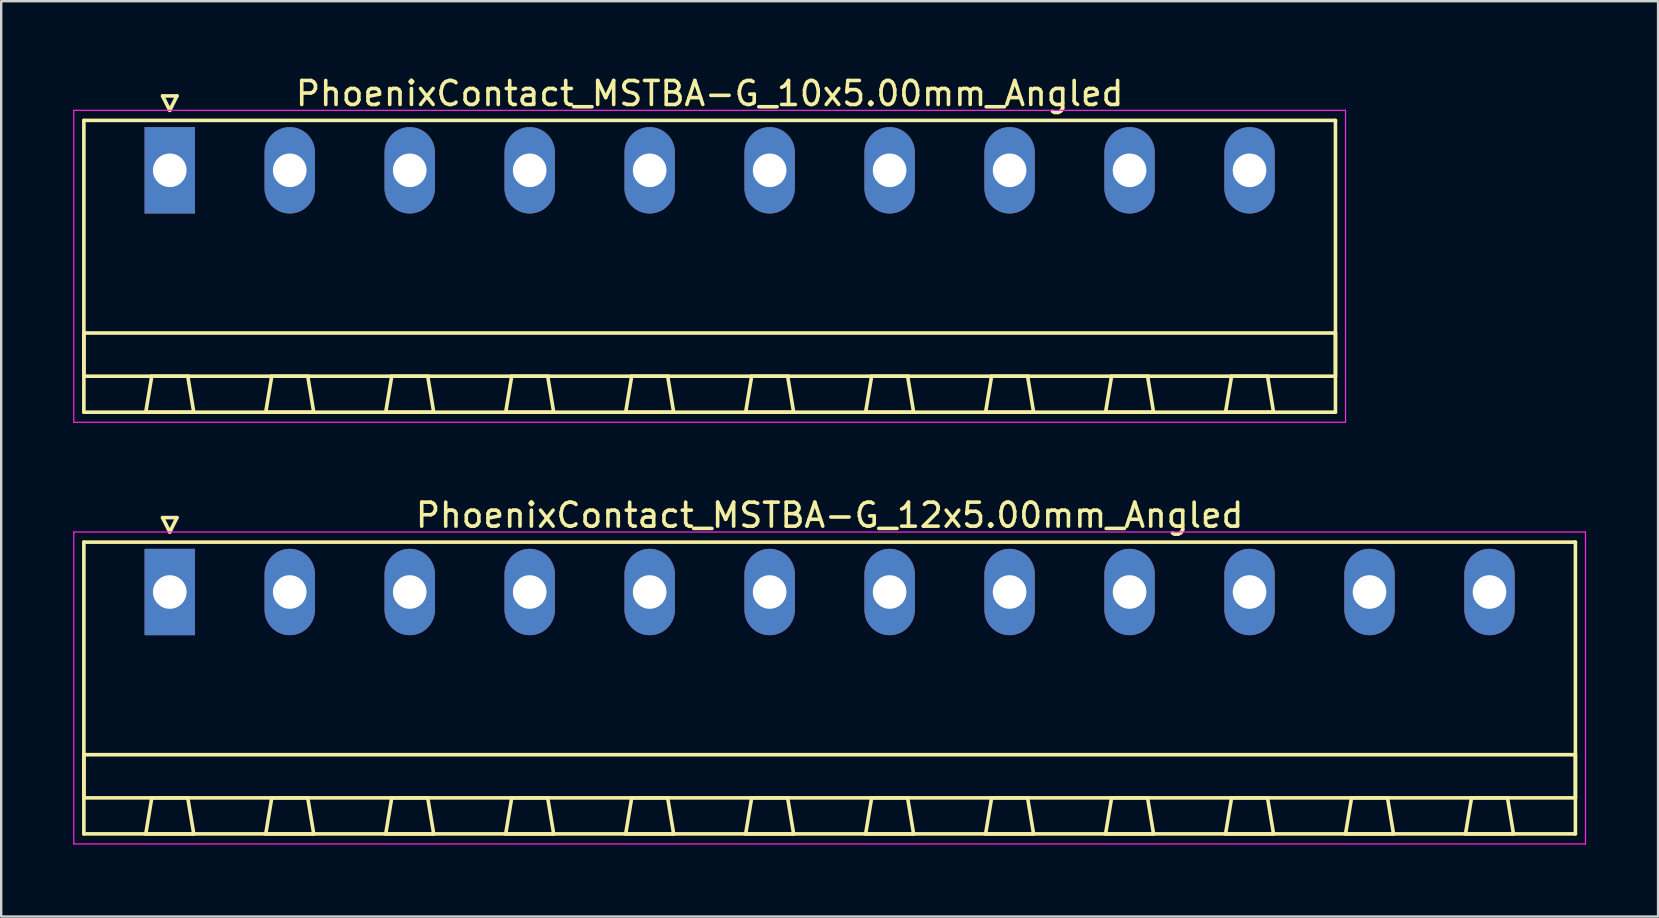
<source format=kicad_pcb>
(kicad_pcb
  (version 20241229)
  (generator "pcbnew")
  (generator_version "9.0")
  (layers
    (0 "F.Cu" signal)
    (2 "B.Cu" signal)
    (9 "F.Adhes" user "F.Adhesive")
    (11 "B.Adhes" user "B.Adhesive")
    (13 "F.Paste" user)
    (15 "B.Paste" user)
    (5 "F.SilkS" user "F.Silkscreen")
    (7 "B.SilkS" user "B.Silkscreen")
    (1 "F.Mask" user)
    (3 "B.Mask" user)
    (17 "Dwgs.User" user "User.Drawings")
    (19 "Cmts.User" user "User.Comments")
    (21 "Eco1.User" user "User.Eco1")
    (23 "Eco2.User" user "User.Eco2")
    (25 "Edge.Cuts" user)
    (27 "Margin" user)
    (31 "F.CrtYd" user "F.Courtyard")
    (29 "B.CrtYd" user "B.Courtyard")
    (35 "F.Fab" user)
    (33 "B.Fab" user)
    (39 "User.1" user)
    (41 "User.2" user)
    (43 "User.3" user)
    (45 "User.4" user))
  (footprint "PhoenixContact_MSTBA-G_10x5.00mm_Angled"
    (layer "F.Cu")
    (at 4.025 4.048)
    (property "Reference" "PhoenixContact_MSTBA-G_10x5.00mm_Angled" (at 22.5 -3.2 0) (layer "F.SilkS") (effects (font (size 1 1) (thickness 0.15))))
    (attr through_hole)
    (fp_line (start -3.58 -2.08) (end -3.58 10.08) (stroke (width 0.15) (type solid)) (layer "F.SilkS"))
    (fp_line (start -3.58 6.78) (end 48.58 6.78) (stroke (width 0.15) (type solid)) (layer "F.SilkS"))
    (fp_line (start -3.58 8.58) (end -3.58 6.78) (stroke (width 0.15) (type solid)) (layer "F.SilkS"))
    (fp_line (start -3.58 10.08) (end 48.58 10.08) (stroke (width 0.15) (type solid)) (layer "F.SilkS"))
    (fp_line (start -1 10.08) (end 1 10.08) (stroke (width 0.15) (type solid)) (layer "F.SilkS"))
    (fp_line (start -0.75 8.58) (end -1 10.08) (stroke (width 0.15) (type solid)) (layer "F.SilkS"))
    (fp_line (start -0.3 -3.1) (end 0 -2.5) (stroke (width 0.15) (type solid)) (layer "F.SilkS"))
    (fp_line (start 0 -2.5) (end 0.3 -3.1) (stroke (width 0.15) (type solid)) (layer "F.SilkS"))
    (fp_line (start 0.3 -3.1) (end -0.3 -3.1) (stroke (width 0.15) (type solid)) (layer "F.SilkS"))
    (fp_line (start 0.75 8.58) (end -0.75 8.58) (stroke (width 0.15) (type solid)) (layer "F.SilkS"))
    (fp_line (start 1 10.08) (end 0.75 8.58) (stroke (width 0.15) (type solid)) (layer "F.SilkS"))
    (fp_line (start 4 10.08) (end 6 10.08) (stroke (width 0.15) (type solid)) (layer "F.SilkS"))
    (fp_line (start 4.25 8.58) (end 4 10.08) (stroke (width 0.15) (type solid)) (layer "F.SilkS"))
    (fp_line (start 5.75 8.58) (end 4.25 8.58) (stroke (width 0.15) (type solid)) (layer "F.SilkS"))
    (fp_line (start 6 10.08) (end 5.75 8.58) (stroke (width 0.15) (type solid)) (layer "F.SilkS"))
    (fp_line (start 9 10.08) (end 11 10.08) (stroke (width 0.15) (type solid)) (layer "F.SilkS"))
    (fp_line (start 9.25 8.58) (end 9 10.08) (stroke (width 0.15) (type solid)) (layer "F.SilkS"))
    (fp_line (start 10.75 8.58) (end 9.25 8.58) (stroke (width 0.15) (type solid)) (layer "F.SilkS"))
    (fp_line (start 11 10.08) (end 10.75 8.58) (stroke (width 0.15) (type solid)) (layer "F.SilkS"))
    (fp_line (start 14 10.08) (end 16 10.08) (stroke (width 0.15) (type solid)) (layer "F.SilkS"))
    (fp_line (start 14.25 8.58) (end 14 10.08) (stroke (width 0.15) (type solid)) (layer "F.SilkS"))
    (fp_line (start 15.75 8.58) (end 14.25 8.58) (stroke (width 0.15) (type solid)) (layer "F.SilkS"))
    (fp_line (start 16 10.08) (end 15.75 8.58) (stroke (width 0.15) (type solid)) (layer "F.SilkS"))
    (fp_line (start 19 10.08) (end 21 10.08) (stroke (width 0.15) (type solid)) (layer "F.SilkS"))
    (fp_line (start 19.25 8.58) (end 19 10.08) (stroke (width 0.15) (type solid)) (layer "F.SilkS"))
    (fp_line (start 20.75 8.58) (end 19.25 8.58) (stroke (width 0.15) (type solid)) (layer "F.SilkS"))
    (fp_line (start 21 10.08) (end 20.75 8.58) (stroke (width 0.15) (type solid)) (layer "F.SilkS"))
    (fp_line (start 24 10.08) (end 26 10.08) (stroke (width 0.15) (type solid)) (layer "F.SilkS"))
    (fp_line (start 24.25 8.58) (end 24 10.08) (stroke (width 0.15) (type solid)) (layer "F.SilkS"))
    (fp_line (start 25.75 8.58) (end 24.25 8.58) (stroke (width 0.15) (type solid)) (layer "F.SilkS"))
    (fp_line (start 26 10.08) (end 25.75 8.58) (stroke (width 0.15) (type solid)) (layer "F.SilkS"))
    (fp_line (start 29 10.08) (end 31 10.08) (stroke (width 0.15) (type solid)) (layer "F.SilkS"))
    (fp_line (start 29.25 8.58) (end 29 10.08) (stroke (width 0.15) (type solid)) (layer "F.SilkS"))
    (fp_line (start 30.75 8.58) (end 29.25 8.58) (stroke (width 0.15) (type solid)) (layer "F.SilkS"))
    (fp_line (start 31 10.08) (end 30.75 8.58) (stroke (width 0.15) (type solid)) (layer "F.SilkS"))
    (fp_line (start 34 10.08) (end 36 10.08) (stroke (width 0.15) (type solid)) (layer "F.SilkS"))
    (fp_line (start 34.25 8.58) (end 34 10.08) (stroke (width 0.15) (type solid)) (layer "F.SilkS"))
    (fp_line (start 35.75 8.58) (end 34.25 8.58) (stroke (width 0.15) (type solid)) (layer "F.SilkS"))
    (fp_line (start 36 10.08) (end 35.75 8.58) (stroke (width 0.15) (type solid)) (layer "F.SilkS"))
    (fp_line (start 39 10.08) (end 41 10.08) (stroke (width 0.15) (type solid)) (layer "F.SilkS"))
    (fp_line (start 39.25 8.58) (end 39 10.08) (stroke (width 0.15) (type solid)) (layer "F.SilkS"))
    (fp_line (start 40.75 8.58) (end 39.25 8.58) (stroke (width 0.15) (type solid)) (layer "F.SilkS"))
    (fp_line (start 41 10.08) (end 40.75 8.58) (stroke (width 0.15) (type solid)) (layer "F.SilkS"))
    (fp_line (start 44 10.08) (end 46 10.08) (stroke (width 0.15) (type solid)) (layer "F.SilkS"))
    (fp_line (start 44.25 8.58) (end 44 10.08) (stroke (width 0.15) (type solid)) (layer "F.SilkS"))
    (fp_line (start 45.75 8.58) (end 44.25 8.58) (stroke (width 0.15) (type solid)) (layer "F.SilkS"))
    (fp_line (start 46 10.08) (end 45.75 8.58) (stroke (width 0.15) (type solid)) (layer "F.SilkS"))
    (fp_line (start 48.58 -2.08) (end -3.58 -2.08) (stroke (width 0.15) (type solid)) (layer "F.SilkS"))
    (fp_line (start 48.58 6.78) (end 48.58 8.58) (stroke (width 0.15) (type solid)) (layer "F.SilkS"))
    (fp_line (start 48.58 8.58) (end -3.58 8.58) (stroke (width 0.15) (type solid)) (layer "F.SilkS"))
    (fp_line (start 48.58 10.08) (end 48.58 -2.08) (stroke (width 0.15) (type solid)) (layer "F.SilkS"))
    (fp_line (start -4 -2.5) (end -4 10.5) (stroke (width 0.05) (type solid)) (layer "F.CrtYd"))
    (fp_line (start -4 10.5) (end 49 10.5) (stroke (width 0.05) (type solid)) (layer "F.CrtYd"))
    (fp_line (start 49 -2.5) (end -4 -2.5) (stroke (width 0.05) (type solid)) (layer "F.CrtYd"))
    (fp_line (start 49 10.5) (end 49 -2.5) (stroke (width 0.05) (type solid)) (layer "F.CrtYd"))
    (pad "1" thru_hole rect (at 0 0) (size 2.1 3.6) (drill 1.4) (layers "*.Cu" "*.Mask"))
    (pad "2" thru_hole oval (at 5 0) (size 2.1 3.6) (drill 1.4) (layers "*.Cu" "*.Mask"))
    (pad "3" thru_hole oval (at 10 0) (size 2.1 3.6) (drill 1.4) (layers "*.Cu" "*.Mask"))
    (pad "4" thru_hole oval (at 15 0) (size 2.1 3.6) (drill 1.4) (layers "*.Cu" "*.Mask"))
    (pad "5" thru_hole oval (at 20 0) (size 2.1 3.6) (drill 1.4) (layers "*.Cu" "*.Mask"))
    (pad "6" thru_hole oval (at 25 0) (size 2.1 3.6) (drill 1.4) (layers "*.Cu" "*.Mask"))
    (pad "7" thru_hole oval (at 30 0) (size 2.1 3.6) (drill 1.4) (layers "*.Cu" "*.Mask"))
    (pad "8" thru_hole oval (at 35 0) (size 2.1 3.6) (drill 1.4) (layers "*.Cu" "*.Mask"))
    (pad "9" thru_hole oval (at 40 0) (size 2.1 3.6) (drill 1.4) (layers "*.Cu" "*.Mask"))
    (pad "10" thru_hole oval (at 45 0) (size 2.1 3.6) (drill 1.4) (layers "*.Cu" "*.Mask")))
  (footprint "PhoenixContact_MSTBA-G_12x5.00mm_Angled"
    (layer "F.Cu")
    (at 4.025 21.622)
    (property "Reference" "PhoenixContact_MSTBA-G_12x5.00mm_Angled" (at 27.5 -3.2 0) (layer "F.SilkS") (effects (font (size 1 1) (thickness 0.15))))
    (attr through_hole)
    (fp_line (start -3.58 -2.08) (end -3.58 10.08) (stroke (width 0.15) (type solid)) (layer "F.SilkS"))
    (fp_line (start -3.58 6.78) (end 58.58 6.78) (stroke (width 0.15) (type solid)) (layer "F.SilkS"))
    (fp_line (start -3.58 8.58) (end -3.58 6.78) (stroke (width 0.15) (type solid)) (layer "F.SilkS"))
    (fp_line (start -3.58 10.08) (end 58.58 10.08) (stroke (width 0.15) (type solid)) (layer "F.SilkS"))
    (fp_line (start -1 10.08) (end 1 10.08) (stroke (width 0.15) (type solid)) (layer "F.SilkS"))
    (fp_line (start -0.75 8.58) (end -1 10.08) (stroke (width 0.15) (type solid)) (layer "F.SilkS"))
    (fp_line (start -0.3 -3.1) (end 0 -2.5) (stroke (width 0.15) (type solid)) (layer "F.SilkS"))
    (fp_line (start 0 -2.5) (end 0.3 -3.1) (stroke (width 0.15) (type solid)) (layer "F.SilkS"))
    (fp_line (start 0.3 -3.1) (end -0.3 -3.1) (stroke (width 0.15) (type solid)) (layer "F.SilkS"))
    (fp_line (start 0.75 8.58) (end -0.75 8.58) (stroke (width 0.15) (type solid)) (layer "F.SilkS"))
    (fp_line (start 1 10.08) (end 0.75 8.58) (stroke (width 0.15) (type solid)) (layer "F.SilkS"))
    (fp_line (start 4 10.08) (end 6 10.08) (stroke (width 0.15) (type solid)) (layer "F.SilkS"))
    (fp_line (start 4.25 8.58) (end 4 10.08) (stroke (width 0.15) (type solid)) (layer "F.SilkS"))
    (fp_line (start 5.75 8.58) (end 4.25 8.58) (stroke (width 0.15) (type solid)) (layer "F.SilkS"))
    (fp_line (start 6 10.08) (end 5.75 8.58) (stroke (width 0.15) (type solid)) (layer "F.SilkS"))
    (fp_line (start 9 10.08) (end 11 10.08) (stroke (width 0.15) (type solid)) (layer "F.SilkS"))
    (fp_line (start 9.25 8.58) (end 9 10.08) (stroke (width 0.15) (type solid)) (layer "F.SilkS"))
    (fp_line (start 10.75 8.58) (end 9.25 8.58) (stroke (width 0.15) (type solid)) (layer "F.SilkS"))
    (fp_line (start 11 10.08) (end 10.75 8.58) (stroke (width 0.15) (type solid)) (layer "F.SilkS"))
    (fp_line (start 14 10.08) (end 16 10.08) (stroke (width 0.15) (type solid)) (layer "F.SilkS"))
    (fp_line (start 14.25 8.58) (end 14 10.08) (stroke (width 0.15) (type solid)) (layer "F.SilkS"))
    (fp_line (start 15.75 8.58) (end 14.25 8.58) (stroke (width 0.15) (type solid)) (layer "F.SilkS"))
    (fp_line (start 16 10.08) (end 15.75 8.58) (stroke (width 0.15) (type solid)) (layer "F.SilkS"))
    (fp_line (start 19 10.08) (end 21 10.08) (stroke (width 0.15) (type solid)) (layer "F.SilkS"))
    (fp_line (start 19.25 8.58) (end 19 10.08) (stroke (width 0.15) (type solid)) (layer "F.SilkS"))
    (fp_line (start 20.75 8.58) (end 19.25 8.58) (stroke (width 0.15) (type solid)) (layer "F.SilkS"))
    (fp_line (start 21 10.08) (end 20.75 8.58) (stroke (width 0.15) (type solid)) (layer "F.SilkS"))
    (fp_line (start 24 10.08) (end 26 10.08) (stroke (width 0.15) (type solid)) (layer "F.SilkS"))
    (fp_line (start 24.25 8.58) (end 24 10.08) (stroke (width 0.15) (type solid)) (layer "F.SilkS"))
    (fp_line (start 25.75 8.58) (end 24.25 8.58) (stroke (width 0.15) (type solid)) (layer "F.SilkS"))
    (fp_line (start 26 10.08) (end 25.75 8.58) (stroke (width 0.15) (type solid)) (layer "F.SilkS"))
    (fp_line (start 29 10.08) (end 31 10.08) (stroke (width 0.15) (type solid)) (layer "F.SilkS"))
    (fp_line (start 29.25 8.58) (end 29 10.08) (stroke (width 0.15) (type solid)) (layer "F.SilkS"))
    (fp_line (start 30.75 8.58) (end 29.25 8.58) (stroke (width 0.15) (type solid)) (layer "F.SilkS"))
    (fp_line (start 31 10.08) (end 30.75 8.58) (stroke (width 0.15) (type solid)) (layer "F.SilkS"))
    (fp_line (start 34 10.08) (end 36 10.08) (stroke (width 0.15) (type solid)) (layer "F.SilkS"))
    (fp_line (start 34.25 8.58) (end 34 10.08) (stroke (width 0.15) (type solid)) (layer "F.SilkS"))
    (fp_line (start 35.75 8.58) (end 34.25 8.58) (stroke (width 0.15) (type solid)) (layer "F.SilkS"))
    (fp_line (start 36 10.08) (end 35.75 8.58) (stroke (width 0.15) (type solid)) (layer "F.SilkS"))
    (fp_line (start 39 10.08) (end 41 10.08) (stroke (width 0.15) (type solid)) (layer "F.SilkS"))
    (fp_line (start 39.25 8.58) (end 39 10.08) (stroke (width 0.15) (type solid)) (layer "F.SilkS"))
    (fp_line (start 40.75 8.58) (end 39.25 8.58) (stroke (width 0.15) (type solid)) (layer "F.SilkS"))
    (fp_line (start 41 10.08) (end 40.75 8.58) (stroke (width 0.15) (type solid)) (layer "F.SilkS"))
    (fp_line (start 44 10.08) (end 46 10.08) (stroke (width 0.15) (type solid)) (layer "F.SilkS"))
    (fp_line (start 44.25 8.58) (end 44 10.08) (stroke (width 0.15) (type solid)) (layer "F.SilkS"))
    (fp_line (start 45.75 8.58) (end 44.25 8.58) (stroke (width 0.15) (type solid)) (layer "F.SilkS"))
    (fp_line (start 46 10.08) (end 45.75 8.58) (stroke (width 0.15) (type solid)) (layer "F.SilkS"))
    (fp_line (start 49 10.08) (end 51 10.08) (stroke (width 0.15) (type solid)) (layer "F.SilkS"))
    (fp_line (start 49.25 8.58) (end 49 10.08) (stroke (width 0.15) (type solid)) (layer "F.SilkS"))
    (fp_line (start 50.75 8.58) (end 49.25 8.58) (stroke (width 0.15) (type solid)) (layer "F.SilkS"))
    (fp_line (start 51 10.08) (end 50.75 8.58) (stroke (width 0.15) (type solid)) (layer "F.SilkS"))
    (fp_line (start 54 10.08) (end 56 10.08) (stroke (width 0.15) (type solid)) (layer "F.SilkS"))
    (fp_line (start 54.25 8.58) (end 54 10.08) (stroke (width 0.15) (type solid)) (layer "F.SilkS"))
    (fp_line (start 55.75 8.58) (end 54.25 8.58) (stroke (width 0.15) (type solid)) (layer "F.SilkS"))
    (fp_line (start 56 10.08) (end 55.75 8.58) (stroke (width 0.15) (type solid)) (layer "F.SilkS"))
    (fp_line (start 58.58 -2.08) (end -3.58 -2.08) (stroke (width 0.15) (type solid)) (layer "F.SilkS"))
    (fp_line (start 58.58 6.78) (end 58.58 8.58) (stroke (width 0.15) (type solid)) (layer "F.SilkS"))
    (fp_line (start 58.58 8.58) (end -3.58 8.58) (stroke (width 0.15) (type solid)) (layer "F.SilkS"))
    (fp_line (start 58.58 10.08) (end 58.58 -2.08) (stroke (width 0.15) (type solid)) (layer "F.SilkS"))
    (fp_line (start -4 -2.5) (end -4 10.5) (stroke (width 0.05) (type solid)) (layer "F.CrtYd"))
    (fp_line (start -4 10.5) (end 59 10.5) (stroke (width 0.05) (type solid)) (layer "F.CrtYd"))
    (fp_line (start 59 -2.5) (end -4 -2.5) (stroke (width 0.05) (type solid)) (layer "F.CrtYd"))
    (fp_line (start 59 10.5) (end 59 -2.5) (stroke (width 0.05) (type solid)) (layer "F.CrtYd"))
    (pad "1" thru_hole rect (at 0 0) (size 2.1 3.6) (drill 1.4) (layers "*.Cu" "*.Mask"))
    (pad "2" thru_hole oval (at 5 0) (size 2.1 3.6) (drill 1.4) (layers "*.Cu" "*.Mask"))
    (pad "3" thru_hole oval (at 10 0) (size 2.1 3.6) (drill 1.4) (layers "*.Cu" "*.Mask"))
    (pad "4" thru_hole oval (at 15 0) (size 2.1 3.6) (drill 1.4) (layers "*.Cu" "*.Mask"))
    (pad "5" thru_hole oval (at 20 0) (size 2.1 3.6) (drill 1.4) (layers "*.Cu" "*.Mask"))
    (pad "6" thru_hole oval (at 25 0) (size 2.1 3.6) (drill 1.4) (layers "*.Cu" "*.Mask"))
    (pad "7" thru_hole oval (at 30 0) (size 2.1 3.6) (drill 1.4) (layers "*.Cu" "*.Mask"))
    (pad "8" thru_hole oval (at 35 0) (size 2.1 3.6) (drill 1.4) (layers "*.Cu" "*.Mask"))
    (pad "9" thru_hole oval (at 40 0) (size 2.1 3.6) (drill 1.4) (layers "*.Cu" "*.Mask"))
    (pad "10" thru_hole oval (at 45 0) (size 2.1 3.6) (drill 1.4) (layers "*.Cu" "*.Mask"))
    (pad "11" thru_hole oval (at 50 0) (size 2.1 3.6) (drill 1.4) (layers "*.Cu" "*.Mask"))
    (pad "12" thru_hole oval (at 55 0) (size 2.1 3.6) (drill 1.4) (layers "*.Cu" "*.Mask")))
  (gr_rect
    (start -3 -3)
    (end 66.05 35.147)
    (stroke (width 0.1) (type default))
    (fill no)
    (layer "Edge.Cuts")))
</source>
